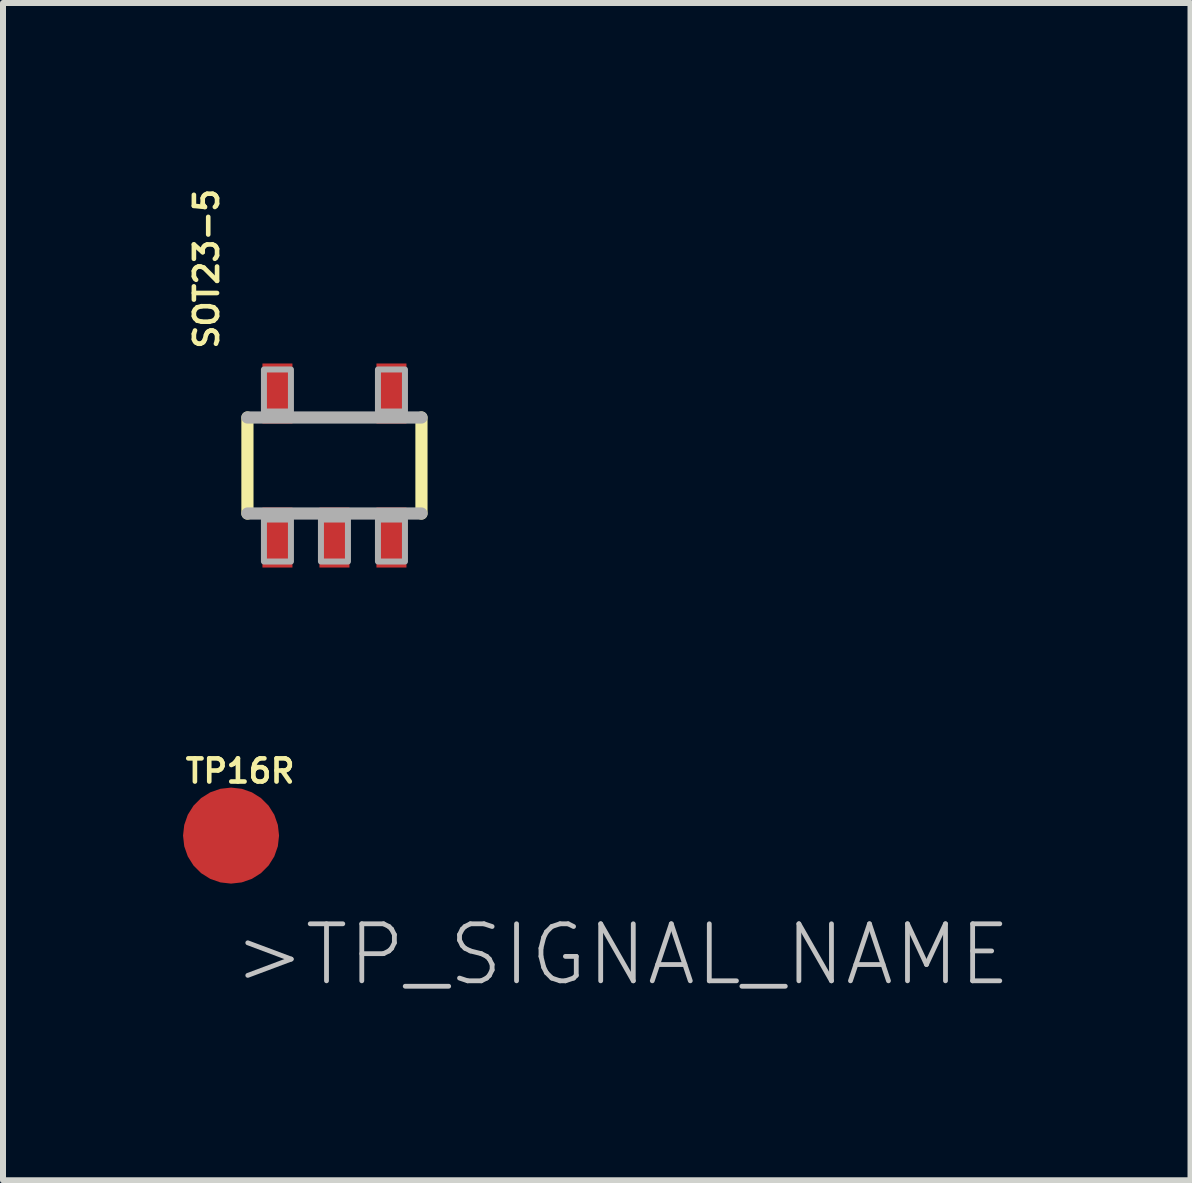
<source format=kicad_pcb>
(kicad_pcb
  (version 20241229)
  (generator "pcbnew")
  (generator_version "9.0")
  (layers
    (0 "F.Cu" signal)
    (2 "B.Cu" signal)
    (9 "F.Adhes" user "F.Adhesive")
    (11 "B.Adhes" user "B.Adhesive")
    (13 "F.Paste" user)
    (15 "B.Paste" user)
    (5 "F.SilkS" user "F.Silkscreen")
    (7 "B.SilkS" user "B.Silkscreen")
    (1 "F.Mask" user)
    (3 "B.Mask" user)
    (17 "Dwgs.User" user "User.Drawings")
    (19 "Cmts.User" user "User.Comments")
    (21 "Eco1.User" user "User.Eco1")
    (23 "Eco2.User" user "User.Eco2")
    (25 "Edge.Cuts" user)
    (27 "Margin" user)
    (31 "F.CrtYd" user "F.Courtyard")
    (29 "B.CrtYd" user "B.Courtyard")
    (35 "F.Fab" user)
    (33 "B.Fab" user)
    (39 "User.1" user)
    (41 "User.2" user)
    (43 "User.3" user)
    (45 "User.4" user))
  (footprint "SOT23-5"
    (layer "F.Cu")
    (at 2.523 4.707)
    (property "Reference" "SOT23-5" (at -1.905 -1.905 270) (layer "F.SilkS") (effects (font (size 0.386 0.386) (thickness 0.077)) (justify left bottom)))
    (attr through_hole)
    (fp_line (start -1.45 -0.8) (end -1.45 0.8) (stroke (width 0.203) (type solid)) (layer "F.SilkS"))
    (fp_line (start 1.45 0.8) (end 1.45 -0.8) (stroke (width 0.203) (type solid)) (layer "F.SilkS"))
    (fp_line (start -1.45 0.8) (end 1.45 0.8) (stroke (width 0.203) (type solid)) (layer "F.Fab"))
    (fp_line (start 1.45 -0.8) (end -1.45 -0.8) (stroke (width 0.203) (type solid)) (layer "F.Fab"))
    (fp_poly (pts (xy -1.175 1.6) (xy -0.725 1.6) (xy -0.725 0.9) (xy -1.175 0.9)) (stroke (width 0.1) (type solid)) (fill no) (layer "F.Fab"))
    (fp_poly (pts (xy -0.725 -1.6) (xy -1.175 -1.6) (xy -1.175 -0.9) (xy -0.725 -0.9)) (stroke (width 0.1) (type solid)) (fill no) (layer "F.Fab"))
    (fp_poly (pts (xy -0.225 1.6) (xy 0.225 1.6) (xy 0.225 0.9) (xy -0.225 0.9)) (stroke (width 0.1) (type solid)) (fill no) (layer "F.Fab"))
    (fp_poly (pts (xy 0.725 1.6) (xy 1.175 1.6) (xy 1.175 0.9) (xy 0.725 0.9)) (stroke (width 0.1) (type solid)) (fill no) (layer "F.Fab"))
    (fp_poly (pts (xy 1.175 -1.6) (xy 0.725 -1.6) (xy 0.725 -0.9) (xy 1.175 -0.9)) (stroke (width 0.1) (type solid)) (fill no) (layer "F.Fab"))
    (pad "1" smd rect (at -0.95 1.2) (size 0.5 1) (layers "F.Cu" "F.Mask" "F.Paste"))
    (pad "2" smd rect (at 0 1.2) (size 0.5 1) (layers "F.Cu" "F.Mask" "F.Paste"))
    (pad "3" smd rect (at 0.95 1.2) (size 0.5 1) (layers "F.Cu" "F.Mask" "F.Paste"))
    (pad "4" smd rect (at 0.95 -1.2) (size 0.5 1) (layers "F.Cu" "F.Mask" "F.Paste"))
    (pad "5" smd rect (at -0.95 -1.2) (size 0.5 1) (layers "F.Cu" "F.Mask" "F.Paste")))
  (footprint "TP16R"
    (layer "F.Cu")
    (at 0.8 10.874)
    (property "Reference" "TP16R" (at -0.8 -0.85 0) (layer "F.SilkS") (effects (font (size 0.386 0.386) (thickness 0.077)) (justify left bottom)))
    (attr through_hole)
    (fp_text user ">TP_SIGNAL_NAME" (at 0 2.54 0) (layer "Dwgs.User") (effects (font (size 0.95 0.95) (thickness 0.08)) (justify left bottom)))
    (pad "TP" smd roundrect (at 0 0) (size 1.6 1.6) (layers "F.Cu" "F.Mask") (roundrect_rratio 0.5)))
  (gr_rect
    (start -3 -3)
    (end 16.788 16.617)
    (stroke (width 0.1) (type default))
    (fill no)
    (layer "Edge.Cuts")))
</source>
